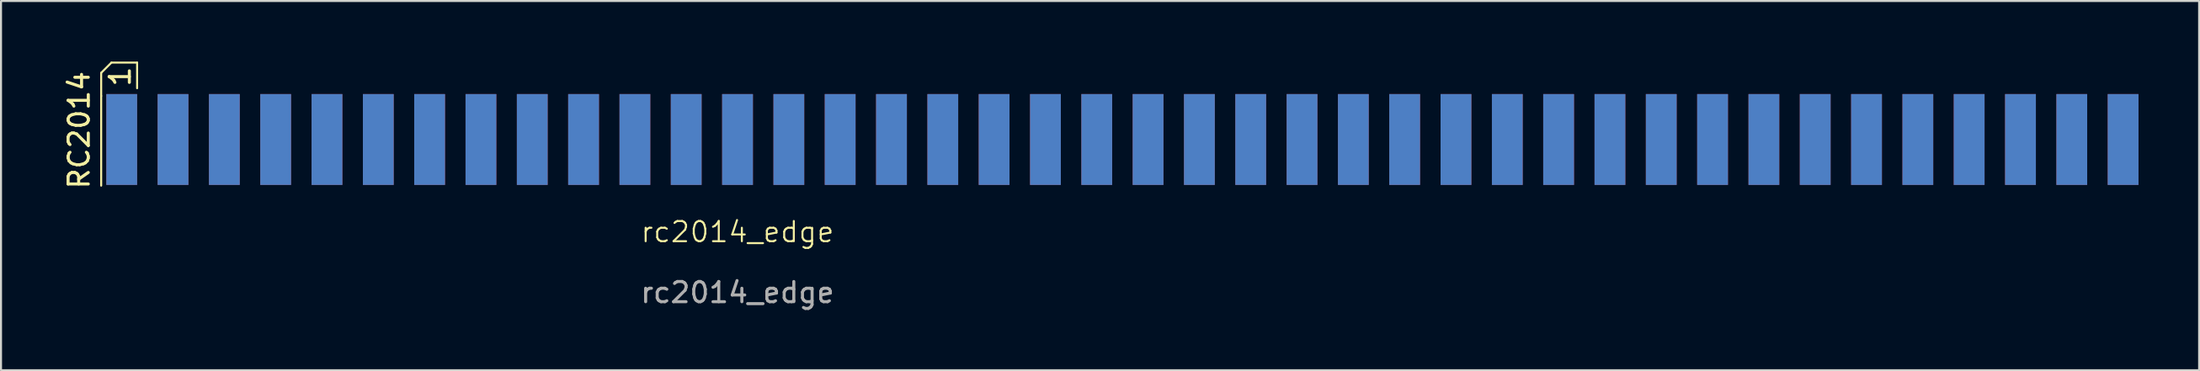
<source format=kicad_pcb>
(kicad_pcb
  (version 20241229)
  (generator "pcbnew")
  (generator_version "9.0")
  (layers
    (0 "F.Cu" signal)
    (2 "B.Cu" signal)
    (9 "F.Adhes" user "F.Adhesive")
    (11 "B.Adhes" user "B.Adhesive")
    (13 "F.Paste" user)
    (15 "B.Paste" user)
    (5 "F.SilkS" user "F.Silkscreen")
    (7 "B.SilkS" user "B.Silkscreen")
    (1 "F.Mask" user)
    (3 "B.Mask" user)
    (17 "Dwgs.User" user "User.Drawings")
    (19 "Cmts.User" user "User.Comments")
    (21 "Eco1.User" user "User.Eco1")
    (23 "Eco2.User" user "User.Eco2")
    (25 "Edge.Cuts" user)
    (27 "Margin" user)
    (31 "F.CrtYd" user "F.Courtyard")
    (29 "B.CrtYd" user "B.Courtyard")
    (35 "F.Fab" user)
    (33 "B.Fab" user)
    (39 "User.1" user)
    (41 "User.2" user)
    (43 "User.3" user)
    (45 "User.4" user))
  (footprint "rc2014_edge"
    (layer "F.Cu")
    (at 33.454 8.94)
    (property "Reference" "rc2014_edge" (at 0 -0.5 0) (unlocked yes) (layer "F.SilkS") (effects (font (size 1 1) (thickness 0.1))))
    (attr through_hole)
    (fp_line (start -31.496 -8.382) (end -30.988 -8.89) (stroke (width 0.1) (type default)) (layer "F.SilkS"))
    (fp_line (start -31.496 -7.239) (end -31.496 -8.382) (stroke (width 0.1) (type default)) (layer "F.SilkS"))
    (fp_line (start -31.496 -2.794) (end -31.496 -7.239) (stroke (width 0.1) (type default)) (layer "F.SilkS"))
    (fp_line (start -30.988 -8.89) (end -29.718 -8.89) (stroke (width 0.1) (type default)) (layer "F.SilkS"))
    (fp_line (start -29.718 -8.89) (end -29.718 -7.62) (stroke (width 0.1) (type default)) (layer "F.SilkS"))
    (fp_text user "RC2014" (at -32.004 -2.54 90) (unlocked yes) (layer "F.SilkS") (effects (font (size 1 1) (thickness 0.15)) (justify left bottom)))
    (fp_text user "1" (at -29.972 -7.62 90) (unlocked yes) (layer "F.SilkS") (effects (font (size 1 1) (thickness 0.15)) (justify left bottom)))
    (fp_text user "${REFERENCE}" (at 0 2.5 0) (unlocked yes) (layer "F.Fab") (effects (font (size 1 1) (thickness 0.15))))
    (pad "1" connect rect (at -30.48 -5.08 180) (size 1.524 4.5) (layers "F.Cu" "F.Mask"))
    (pad "2" connect rect (at -27.94 -5.08) (size 1.524 4.5) (layers "F.Cu" "F.Mask"))
    (pad "3" connect rect (at -25.4 -5.08) (size 1.524 4.5) (layers "F.Cu" "F.Mask"))
    (pad "4" connect rect (at -22.86 -5.08) (size 1.524 4.5) (layers "F.Cu" "F.Mask"))
    (pad "5" connect rect (at -20.32 -5.08) (size 1.524 4.5) (layers "F.Cu" "F.Mask"))
    (pad "6" connect rect (at -17.78 -5.08) (size 1.524 4.5) (layers "F.Cu" "F.Mask"))
    (pad "7" connect rect (at -15.24 -5.08) (size 1.524 4.5) (layers "F.Cu" "F.Mask"))
    (pad "8" connect rect (at -12.7 -5.08) (size 1.524 4.5) (layers "F.Cu" "F.Mask"))
    (pad "9" connect rect (at -10.16 -5.08) (size 1.524 4.5) (layers "F.Cu" "F.Mask"))
    (pad "10" connect rect (at -7.62 -5.08) (size 1.524 4.5) (layers "F.Cu" "F.Mask"))
    (pad "11" connect rect (at -5.08 -5.08) (size 1.524 4.5) (layers "F.Cu" "F.Mask"))
    (pad "12" connect rect (at -2.54 -5.08) (size 1.524 4.5) (layers "F.Cu" "F.Mask"))
    (pad "13" connect rect (at 0 -5.08) (size 1.524 4.5) (layers "F.Cu" "F.Mask"))
    (pad "14" connect rect (at 2.54 -5.08) (size 1.524 4.5) (layers "F.Cu" "F.Mask"))
    (pad "15" connect rect (at 5.08 -5.08) (size 1.524 4.5) (layers "F.Cu" "F.Mask"))
    (pad "16" connect rect (at 7.62 -5.08) (size 1.524 4.5) (layers "F.Cu" "F.Mask"))
    (pad "17" connect rect (at 10.16 -5.08) (size 1.524 4.5) (layers "F.Cu" "F.Mask"))
    (pad "18" connect rect (at 12.7 -5.08) (size 1.524 4.5) (layers "F.Cu" "F.Mask"))
    (pad "19" connect rect (at 15.24 -5.08) (size 1.524 4.5) (layers "F.Cu" "F.Mask"))
    (pad "20" connect rect (at 17.78 -5.08) (size 1.524 4.5) (layers "F.Cu" "F.Mask"))
    (pad "21" connect rect (at 20.32 -5.08) (size 1.524 4.5) (layers "F.Cu" "F.Mask"))
    (pad "22" connect rect (at 22.86 -5.08) (size 1.524 4.5) (layers "F.Cu" "F.Mask"))
    (pad "23" connect rect (at 25.4 -5.08) (size 1.524 4.5) (layers "F.Cu" "F.Mask"))
    (pad "24" connect rect (at 27.94 -5.08) (size 1.524 4.5) (layers "F.Cu" "F.Mask"))
    (pad "25" connect rect (at 30.48 -5.08) (size 1.524 4.5) (layers "F.Cu" "F.Mask"))
    (pad "26" connect rect (at 33.02 -5.08) (size 1.524 4.5) (layers "F.Cu" "F.Mask"))
    (pad "27" connect rect (at 35.56 -5.08) (size 1.524 4.5) (layers "F.Cu" "F.Mask"))
    (pad "28" connect rect (at 38.1 -5.08) (size 1.524 4.5) (layers "F.Cu" "F.Mask"))
    (pad "29" connect rect (at 40.64 -5.08) (size 1.524 4.5) (layers "F.Cu" "F.Mask"))
    (pad "30" connect rect (at 43.18 -5.08) (size 1.524 4.5) (layers "F.Cu" "F.Mask"))
    (pad "31" connect rect (at 45.72 -5.08) (size 1.524 4.5) (layers "F.Cu" "F.Mask"))
    (pad "32" connect rect (at 48.26 -5.08) (size 1.524 4.5) (layers "F.Cu" "F.Mask"))
    (pad "33" connect rect (at 50.8 -5.08) (size 1.524 4.5) (layers "F.Cu" "F.Mask"))
    (pad "34" connect rect (at 53.34 -5.08) (size 1.524 4.5) (layers "F.Cu" "F.Mask"))
    (pad "35" connect rect (at 55.88 -5.08) (size 1.524 4.5) (layers "F.Cu" "F.Mask"))
    (pad "36" connect rect (at 58.42 -5.08) (size 1.524 4.5) (layers "F.Cu" "F.Mask"))
    (pad "37" connect rect (at 60.96 -5.08) (size 1.524 4.5) (layers "F.Cu" "F.Mask"))
    (pad "38" connect rect (at 63.5 -5.08) (size 1.524 4.5) (layers "F.Cu" "F.Mask"))
    (pad "39" connect rect (at 66.04 -5.08) (size 1.524 4.5) (layers "F.Cu" "F.Mask"))
    (pad "40" connect rect (at 68.58 -5.08) (size 1.524 4.5) (layers "F.Cu" "F.Mask"))
    (pad "41" connect rect (at -30.48 -5.08) (size 1.524 4.5) (layers "B.Cu" "B.Mask"))
    (pad "42" connect rect (at -27.94 -5.08) (size 1.524 4.5) (layers "B.Cu" "B.Mask"))
    (pad "43" connect rect (at -25.4 -5.08) (size 1.524 4.5) (layers "B.Cu" "B.Mask"))
    (pad "44" connect rect (at -22.86 -5.08) (size 1.524 4.5) (layers "B.Cu" "B.Mask"))
    (pad "45" connect rect (at -20.32 -5.08) (size 1.524 4.5) (layers "B.Cu" "B.Mask"))
    (pad "46" connect rect (at -17.78 -5.08) (size 1.524 4.5) (layers "B.Cu" "B.Mask"))
    (pad "47" connect rect (at -15.24 -5.08) (size 1.524 4.5) (layers "B.Cu" "B.Mask"))
    (pad "48" connect rect (at -12.7 -5.08) (size 1.524 4.5) (layers "B.Cu" "B.Mask"))
    (pad "49" connect rect (at -10.16 -5.08) (size 1.524 4.5) (layers "B.Cu" "B.Mask"))
    (pad "50" connect rect (at -7.62 -5.08) (size 1.524 4.5) (layers "B.Cu" "B.Mask"))
    (pad "51" connect rect (at -5.08 -5.08) (size 1.524 4.5) (layers "B.Cu" "B.Mask"))
    (pad "52" connect rect (at -2.54 -5.08) (size 1.524 4.5) (layers "B.Cu" "B.Mask"))
    (pad "53" connect rect (at 0 -5.08) (size 1.524 4.5) (layers "B.Cu" "B.Mask"))
    (pad "54" connect rect (at 2.54 -5.08) (size 1.524 4.5) (layers "B.Cu" "B.Mask"))
    (pad "55" connect rect (at 5.08 -5.08) (size 1.524 4.5) (layers "B.Cu" "B.Mask"))
    (pad "56" connect rect (at 7.62 -5.08) (size 1.524 4.5) (layers "B.Cu" "B.Mask"))
    (pad "57" connect rect (at 10.16 -5.08) (size 1.524 4.5) (layers "B.Cu" "B.Mask"))
    (pad "58" connect rect (at 12.7 -5.08) (size 1.524 4.5) (layers "B.Cu" "B.Mask"))
    (pad "59" connect rect (at 15.24 -5.08) (size 1.524 4.5) (layers "B.Cu" "B.Mask"))
    (pad "60" connect rect (at 17.78 -5.08) (size 1.524 4.5) (layers "B.Cu" "B.Mask"))
    (pad "61" connect rect (at 20.32 -5.08) (size 1.524 4.5) (layers "B.Cu" "B.Mask"))
    (pad "62" connect rect (at 22.86 -5.08) (size 1.524 4.5) (layers "B.Cu" "B.Mask"))
    (pad "63" connect rect (at 25.4 -5.08) (size 1.524 4.5) (layers "B.Cu" "B.Mask"))
    (pad "64" connect rect (at 27.94 -5.08) (size 1.524 4.5) (layers "B.Cu" "B.Mask"))
    (pad "65" connect rect (at 30.48 -5.08) (size 1.524 4.5) (layers "B.Cu" "B.Mask"))
    (pad "66" connect rect (at 33.02 -5.08) (size 1.524 4.5) (layers "B.Cu" "B.Mask"))
    (pad "67" connect rect (at 35.56 -5.08) (size 1.524 4.5) (layers "B.Cu" "B.Mask"))
    (pad "68" connect rect (at 38.1 -5.08) (size 1.524 4.5) (layers "B.Cu" "B.Mask"))
    (pad "69" connect rect (at 40.64 -5.08) (size 1.524 4.5) (layers "B.Cu" "B.Mask"))
    (pad "70" connect rect (at 43.18 -5.08) (size 1.524 4.5) (layers "B.Cu" "B.Mask"))
    (pad "71" connect rect (at 45.72 -5.08) (size 1.524 4.5) (layers "B.Cu" "B.Mask"))
    (pad "72" connect rect (at 48.26 -5.08) (size 1.524 4.5) (layers "B.Cu" "B.Mask"))
    (pad "73" connect rect (at 50.8 -5.08) (size 1.524 4.5) (layers "B.Cu" "B.Mask"))
    (pad "74" connect rect (at 53.34 -5.08) (size 1.524 4.5) (layers "B.Cu" "B.Mask"))
    (pad "75" connect rect (at 55.88 -5.08) (size 1.524 4.5) (layers "B.Cu" "B.Mask"))
    (pad "76" connect rect (at 58.42 -5.08) (size 1.524 4.5) (layers "B.Cu" "B.Mask"))
    (pad "77" connect rect (at 60.96 -5.08) (size 1.524 4.5) (layers "B.Cu" "B.Mask"))
    (pad "78" connect rect (at 63.5 -5.08) (size 1.524 4.5) (layers "B.Cu" "B.Mask"))
    (pad "79" connect rect (at 66.04 -5.08) (size 1.524 4.5) (layers "B.Cu" "B.Mask"))
    (pad "80" connect rect (at 68.58 -5.08) (size 1.524 4.5) (layers "B.Cu" "B.Mask")))
  (gr_rect
    (start -3 -3)
    (end 105.796 15.288)
    (stroke (width 0.1) (type default))
    (fill no)
    (layer "Edge.Cuts")))
</source>
